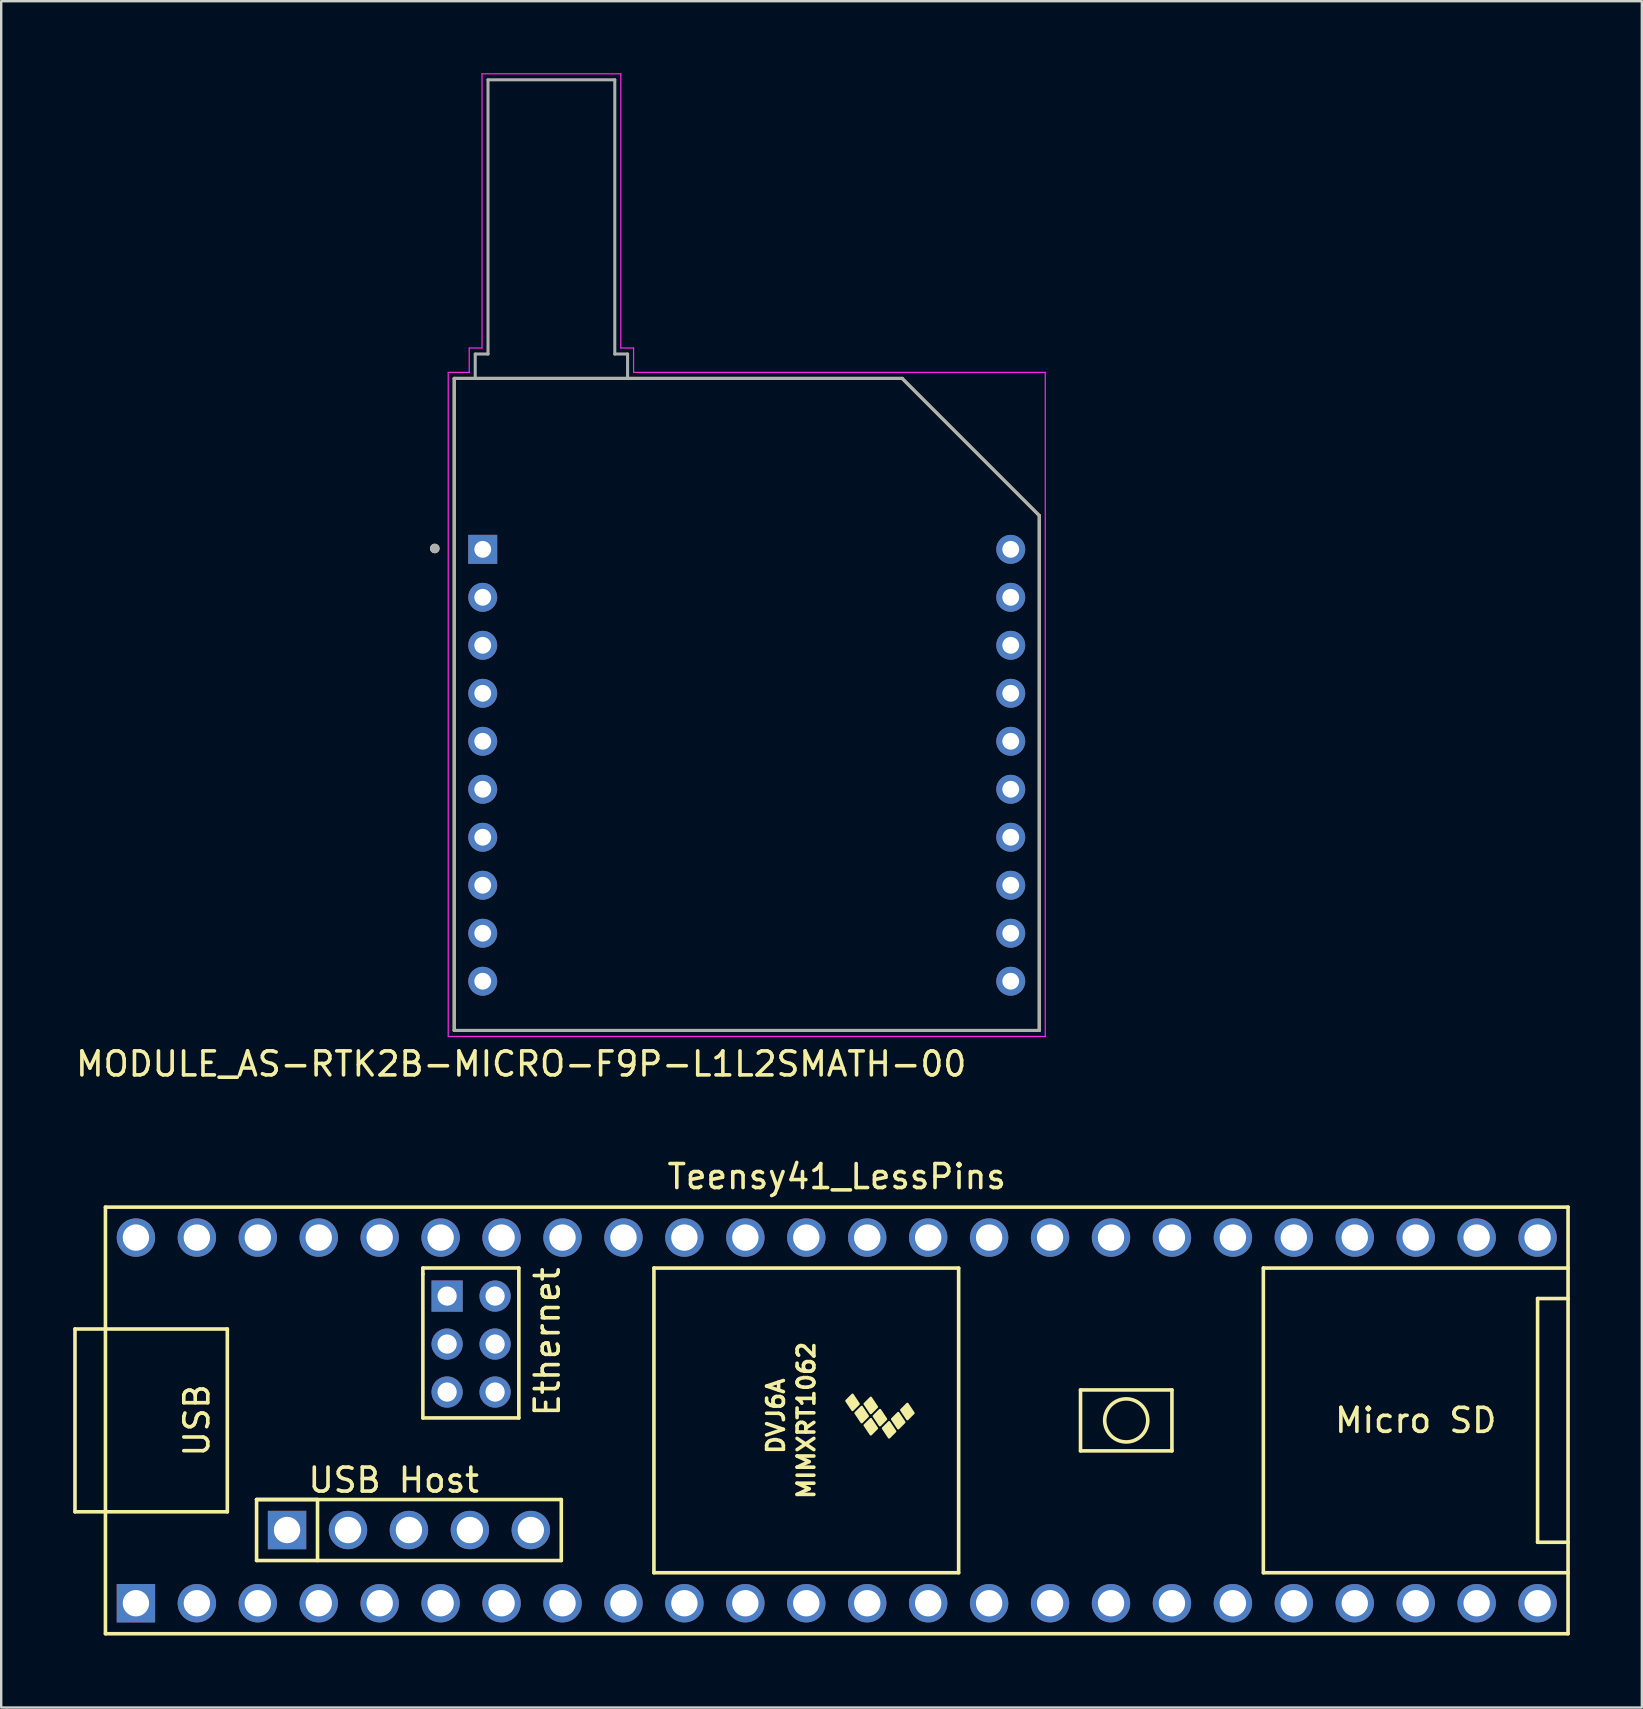
<source format=kicad_pcb>
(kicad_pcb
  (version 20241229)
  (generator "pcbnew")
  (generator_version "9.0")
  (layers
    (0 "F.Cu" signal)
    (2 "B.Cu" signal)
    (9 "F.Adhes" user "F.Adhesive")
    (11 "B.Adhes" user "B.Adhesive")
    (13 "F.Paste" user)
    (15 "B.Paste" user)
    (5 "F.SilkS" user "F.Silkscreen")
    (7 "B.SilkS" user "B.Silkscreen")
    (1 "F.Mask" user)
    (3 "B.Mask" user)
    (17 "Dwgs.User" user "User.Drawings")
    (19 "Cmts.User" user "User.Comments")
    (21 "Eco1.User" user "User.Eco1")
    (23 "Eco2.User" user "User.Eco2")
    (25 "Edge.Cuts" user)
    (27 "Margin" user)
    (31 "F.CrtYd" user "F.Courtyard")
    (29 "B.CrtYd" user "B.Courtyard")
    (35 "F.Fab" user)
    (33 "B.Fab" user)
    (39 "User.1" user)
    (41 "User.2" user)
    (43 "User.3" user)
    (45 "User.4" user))
  (footprint "MODULE_AS-RTK2B-MICRO-F9P-L1L2SMATH-00"
    (layer "F.Cu")
    (at 28.073 26.31)
    (property "Reference" "MODULE_AS-RTK2B-MICRO-F9P-L1L2SMATH-00" (at -9.4 14.985 0) (layer "F.SilkS") (effects (font (size 1 1) (thickness 0.15))))
    (attr through_hole)
    (fp_line (start -12.192 -13.589) (end 6.477 -13.589) (stroke (width 0.127) (type solid)) (layer "F.SilkS"))
    (fp_line (start -12.192 13.589) (end -12.192 -13.589) (stroke (width 0.127) (type solid)) (layer "F.SilkS"))
    (fp_line (start 6.477 -13.589) (end 12.192 -7.874) (stroke (width 0.127) (type solid)) (layer "F.SilkS"))
    (fp_line (start 12.192 -7.874) (end 12.192 13.589) (stroke (width 0.127) (type solid)) (layer "F.SilkS"))
    (fp_line (start 12.192 13.589) (end -12.192 13.589) (stroke (width 0.127) (type solid)) (layer "F.SilkS"))
    (fp_circle (center -13.002 -6.5) (end -12.902 -6.5) (stroke (width 0.2) (type solid)) (fill no) (layer "F.SilkS"))
    (fp_line (start -12.442 -13.839) (end -11.566 -13.839) (stroke (width 0.05) (type solid)) (layer "F.CrtYd"))
    (fp_line (start -12.442 13.839) (end -12.442 -13.839) (stroke (width 0.05) (type solid)) (layer "F.CrtYd"))
    (fp_line (start -12.442 13.839) (end 12.442 13.839) (stroke (width 0.05) (type solid)) (layer "F.CrtYd"))
    (fp_line (start -11.566 -14.855) (end -11.033 -14.855) (stroke (width 0.05) (type solid)) (layer "F.CrtYd"))
    (fp_line (start -11.566 -13.839) (end -11.566 -14.855) (stroke (width 0.05) (type solid)) (layer "F.CrtYd"))
    (fp_line (start -11.033 -26.285) (end -5.249 -26.285) (stroke (width 0.05) (type solid)) (layer "F.CrtYd"))
    (fp_line (start -11.033 -14.855) (end -11.033 -26.285) (stroke (width 0.05) (type solid)) (layer "F.CrtYd"))
    (fp_line (start -5.249 -26.285) (end -5.249 -14.855) (stroke (width 0.05) (type solid)) (layer "F.CrtYd"))
    (fp_line (start -5.249 -14.855) (end -4.716 -14.855) (stroke (width 0.05) (type solid)) (layer "F.CrtYd"))
    (fp_line (start -4.716 -14.855) (end -4.716 -13.839) (stroke (width 0.05) (type solid)) (layer "F.CrtYd"))
    (fp_line (start 12.442 -13.839) (end -4.716 -13.839) (stroke (width 0.05) (type solid)) (layer "F.CrtYd"))
    (fp_line (start 12.442 13.839) (end 12.442 -13.839) (stroke (width 0.05) (type solid)) (layer "F.CrtYd"))
    (fp_line (start -12.192 -13.589) (end -11.316 -13.589) (stroke (width 0.127) (type solid)) (layer "F.Fab"))
    (fp_line (start -12.192 13.589) (end -12.192 -13.589) (stroke (width 0.127) (type solid)) (layer "F.Fab"))
    (fp_line (start -11.316 -14.605) (end -10.783 -14.605) (stroke (width 0.127) (type solid)) (layer "F.Fab"))
    (fp_line (start -11.316 -13.589) (end -11.316 -14.605) (stroke (width 0.127) (type solid)) (layer "F.Fab"))
    (fp_line (start -11.316 -13.589) (end -4.966 -13.589) (stroke (width 0.127) (type solid)) (layer "F.Fab"))
    (fp_line (start -10.783 -26.035) (end -5.499 -26.035) (stroke (width 0.127) (type solid)) (layer "F.Fab"))
    (fp_line (start -10.783 -14.605) (end -10.783 -26.035) (stroke (width 0.127) (type solid)) (layer "F.Fab"))
    (fp_line (start -5.499 -26.035) (end -5.499 -14.605) (stroke (width 0.127) (type solid)) (layer "F.Fab"))
    (fp_line (start -5.499 -14.605) (end -4.966 -14.605) (stroke (width 0.127) (type solid)) (layer "F.Fab"))
    (fp_line (start -4.966 -14.605) (end -4.966 -13.589) (stroke (width 0.127) (type solid)) (layer "F.Fab"))
    (fp_line (start -4.966 -13.589) (end 6.477 -13.589) (stroke (width 0.127) (type solid)) (layer "F.Fab"))
    (fp_line (start 6.477 -13.589) (end 12.192 -7.874) (stroke (width 0.127) (type solid)) (layer "F.Fab"))
    (fp_line (start 12.192 -7.874) (end 12.192 13.589) (stroke (width 0.127) (type solid)) (layer "F.Fab"))
    (fp_line (start 12.192 13.589) (end -12.192 13.589) (stroke (width 0.127) (type solid)) (layer "F.Fab"))
    (fp_circle (center -13.002 -6.5) (end -12.902 -6.5) (stroke (width 0.2) (type solid)) (fill no) (layer "F.Fab"))
    (pad "1" thru_hole rect (at -11.004 -6.464) (size 1.208 1.208) (drill 0.7) (layers "*.Cu" "*.Mask"))
    (pad "2" thru_hole circle (at -11.004 -4.464) (size 1.208 1.208) (drill 0.7) (layers "*.Cu" "*.Mask"))
    (pad "3" thru_hole circle (at -11.004 -2.464) (size 1.208 1.208) (drill 0.7) (layers "*.Cu" "*.Mask"))
    (pad "4" thru_hole circle (at -11.004 -0.464) (size 1.208 1.208) (drill 0.7) (layers "*.Cu" "*.Mask"))
    (pad "5" thru_hole circle (at -11.004 1.536) (size 1.208 1.208) (drill 0.7) (layers "*.Cu" "*.Mask"))
    (pad "6" thru_hole circle (at -11.004 3.536) (size 1.208 1.208) (drill 0.7) (layers "*.Cu" "*.Mask"))
    (pad "7" thru_hole circle (at -11.004 5.536) (size 1.208 1.208) (drill 0.7) (layers "*.Cu" "*.Mask"))
    (pad "8" thru_hole circle (at -11.004 7.536) (size 1.208 1.208) (drill 0.7) (layers "*.Cu" "*.Mask"))
    (pad "9" thru_hole circle (at -11.004 9.536) (size 1.208 1.208) (drill 0.7) (layers "*.Cu" "*.Mask"))
    (pad "10" thru_hole circle (at -11.004 11.536) (size 1.208 1.208) (drill 0.7) (layers "*.Cu" "*.Mask"))
    (pad "11" thru_hole circle (at 11.003 11.536) (size 1.208 1.208) (drill 0.7) (layers "*.Cu" "*.Mask"))
    (pad "12" thru_hole circle (at 11.003 9.536) (size 1.208 1.208) (drill 0.7) (layers "*.Cu" "*.Mask"))
    (pad "13" thru_hole circle (at 11.003 7.536) (size 1.208 1.208) (drill 0.7) (layers "*.Cu" "*.Mask"))
    (pad "14" thru_hole circle (at 11.003 5.536) (size 1.208 1.208) (drill 0.7) (layers "*.Cu" "*.Mask"))
    (pad "15" thru_hole circle (at 11.003 3.536) (size 1.208 1.208) (drill 0.7) (layers "*.Cu" "*.Mask"))
    (pad "16" thru_hole circle (at 11.003 1.536) (size 1.208 1.208) (drill 0.7) (layers "*.Cu" "*.Mask"))
    (pad "17" thru_hole circle (at 11.003 -0.464) (size 1.208 1.208) (drill 0.7) (layers "*.Cu" "*.Mask"))
    (pad "18" thru_hole circle (at 11.003 -2.464) (size 1.208 1.208) (drill 0.7) (layers "*.Cu" "*.Mask"))
    (pad "19" thru_hole circle (at 11.003 -4.464) (size 1.208 1.208) (drill 0.7) (layers "*.Cu" "*.Mask"))
    (pad "20" thru_hole circle (at 11.003 -6.464) (size 1.208 1.208) (drill 0.7) (layers "*.Cu" "*.Mask")))
  (footprint "Teensy41_LessPins"
    (layer "F.Cu")
    (at 31.825 56.151)
    (property "Reference" "Teensy41_LessPins" (at 0 -10.16 0) (layer "F.SilkS") (effects (font (size 1 1) (thickness 0.15))))
    (attr through_hole)
    (fp_line (start -31.75 -3.81) (end -30.48 -3.81) (stroke (width 0.15) (type solid)) (layer "F.SilkS"))
    (fp_line (start -31.75 3.81) (end -31.75 -3.81) (stroke (width 0.15) (type solid)) (layer "F.SilkS"))
    (fp_line (start -30.48 -8.89) (end 30.48 -8.89) (stroke (width 0.15) (type solid)) (layer "F.SilkS"))
    (fp_line (start -30.48 3.81) (end -31.75 3.81) (stroke (width 0.15) (type solid)) (layer "F.SilkS"))
    (fp_line (start -30.48 8.89) (end -30.48 -8.89) (stroke (width 0.15) (type solid)) (layer "F.SilkS"))
    (fp_line (start -25.4 -3.81) (end -30.48 -3.81) (stroke (width 0.15) (type solid)) (layer "F.SilkS"))
    (fp_line (start -25.4 3.81) (end -30.48 3.81) (stroke (width 0.15) (type solid)) (layer "F.SilkS"))
    (fp_line (start -25.4 3.81) (end -25.4 -3.81) (stroke (width 0.15) (type solid)) (layer "F.SilkS"))
    (fp_line (start -24.181 3.299) (end -21.641 3.299) (stroke (width 0.15) (type solid)) (layer "F.SilkS"))
    (fp_line (start -24.181 3.299) (end -11.481 3.299) (stroke (width 0.15) (type solid)) (layer "F.SilkS"))
    (fp_line (start -24.181 5.839) (end -24.181 3.299) (stroke (width 0.15) (type solid)) (layer "F.SilkS"))
    (fp_line (start -21.641 3.299) (end -21.641 5.839) (stroke (width 0.15) (type solid)) (layer "F.SilkS"))
    (fp_line (start -17.25 -6.352) (end -17.25 -6.102) (stroke (width 0.15) (type solid)) (layer "F.SilkS"))
    (fp_line (start -17.25 -6.102) (end -17.25 -0.102) (stroke (width 0.15) (type solid)) (layer "F.SilkS"))
    (fp_line (start -17.25 -0.102) (end -13.25 -0.102) (stroke (width 0.15) (type solid)) (layer "F.SilkS"))
    (fp_line (start -13.25 -6.352) (end -17.25 -6.352) (stroke (width 0.15) (type solid)) (layer "F.SilkS"))
    (fp_line (start -13.25 -0.102) (end -13.25 -6.352) (stroke (width 0.15) (type solid)) (layer "F.SilkS"))
    (fp_line (start -11.481 3.299) (end -11.481 5.839) (stroke (width 0.15) (type solid)) (layer "F.SilkS"))
    (fp_line (start -11.481 5.839) (end -24.181 5.839) (stroke (width 0.15) (type solid)) (layer "F.SilkS"))
    (fp_line (start -7.62 -6.35) (end -7.62 6.35) (stroke (width 0.15) (type solid)) (layer "F.SilkS"))
    (fp_line (start -7.62 6.35) (end 5.08 6.35) (stroke (width 0.15) (type solid)) (layer "F.SilkS"))
    (fp_line (start 5.08 -6.35) (end -7.62 -6.35) (stroke (width 0.15) (type solid)) (layer "F.SilkS"))
    (fp_line (start 5.08 6.35) (end 5.08 -6.35) (stroke (width 0.15) (type solid)) (layer "F.SilkS"))
    (fp_line (start 10.16 -1.27) (end 13.97 -1.27) (stroke (width 0.15) (type solid)) (layer "F.SilkS"))
    (fp_line (start 10.16 1.27) (end 10.16 -1.27) (stroke (width 0.15) (type solid)) (layer "F.SilkS"))
    (fp_line (start 13.97 -1.27) (end 13.97 1.27) (stroke (width 0.15) (type solid)) (layer "F.SilkS"))
    (fp_line (start 13.97 1.27) (end 10.16 1.27) (stroke (width 0.15) (type solid)) (layer "F.SilkS"))
    (fp_line (start 17.78 -6.35) (end 17.78 6.35) (stroke (width 0.15) (type solid)) (layer "F.SilkS"))
    (fp_line (start 17.78 6.35) (end 30.48 6.35) (stroke (width 0.15) (type solid)) (layer "F.SilkS"))
    (fp_line (start 29.21 -5.08) (end 29.21 5.08) (stroke (width 0.15) (type solid)) (layer "F.SilkS"))
    (fp_line (start 29.21 5.08) (end 30.48 5.08) (stroke (width 0.15) (type solid)) (layer "F.SilkS"))
    (fp_line (start 30.48 -8.89) (end 30.48 8.89) (stroke (width 0.15) (type solid)) (layer "F.SilkS"))
    (fp_line (start 30.48 -6.35) (end 17.78 -6.35) (stroke (width 0.15) (type solid)) (layer "F.SilkS"))
    (fp_line (start 30.48 -5.08) (end 29.21 -5.08) (stroke (width 0.15) (type solid)) (layer "F.SilkS"))
    (fp_line (start 30.48 8.89) (end -30.48 8.89) (stroke (width 0.15) (type solid)) (layer "F.SilkS"))
    (fp_circle (center 12.065 0) (end 12.7 -0.635) (stroke (width 0.15) (type solid)) (fill no) (layer "F.SilkS"))
    (fp_poly (pts (xy 0.911 -0.688) (xy 0.657 -0.434) (xy 0.403 -0.815) (xy 0.657 -1.069)) (stroke (width 0.1) (type solid)) (fill yes) (layer "F.SilkS"))
    (fp_poly (pts (xy 1.292 -0.18) (xy 1.038 0.074) (xy 0.784 -0.307) (xy 1.038 -0.561)) (stroke (width 0.1) (type solid)) (fill yes) (layer "F.SilkS"))
    (fp_poly (pts (xy 1.673 -0.561) (xy 1.419 -0.307) (xy 1.165 -0.688) (xy 1.419 -0.942)) (stroke (width 0.1) (type solid)) (fill yes) (layer "F.SilkS"))
    (fp_poly (pts (xy 1.673 0.328) (xy 1.419 0.582) (xy 1.165 0.201) (xy 1.419 -0.053)) (stroke (width 0.1) (type solid)) (fill yes) (layer "F.SilkS"))
    (fp_poly (pts (xy 2.054 -0.053) (xy 1.8 0.201) (xy 1.546 -0.18) (xy 1.8 -0.434)) (stroke (width 0.1) (type solid)) (fill yes) (layer "F.SilkS"))
    (fp_poly (pts (xy 2.435 0.455) (xy 2.181 0.709) (xy 1.927 0.328) (xy 2.181 0.074)) (stroke (width 0.1) (type solid)) (fill yes) (layer "F.SilkS"))
    (fp_poly (pts (xy 2.816 0.074) (xy 2.562 0.328) (xy 2.308 -0.053) (xy 2.562 -0.307)) (stroke (width 0.1) (type solid)) (fill yes) (layer "F.SilkS"))
    (fp_poly (pts (xy 3.197 -0.307) (xy 2.943 -0.053) (xy 2.689 -0.434) (xy 2.943 -0.688)) (stroke (width 0.1) (type solid)) (fill yes) (layer "F.SilkS"))
    (fp_text user "Micro SD" (at 24.13 0 0) (layer "F.SilkS") (effects (font (size 1 1) (thickness 0.15))))
    (fp_text user "MIMXRT1062" (at -1.27 0 270) (layer "F.SilkS") (effects (font (size 0.7 0.7) (thickness 0.15))))
    (fp_text user "USB" (at -26.67 0 270) (layer "F.SilkS") (effects (font (size 1 1) (thickness 0.15))))
    (fp_text user "USB Host" (at -18.466 2.489 0) (layer "F.SilkS") (effects (font (size 1 1) (thickness 0.15))))
    (fp_text user "DVJ6A" (at -2.54 -0.18 270) (layer "F.SilkS") (effects (font (size 0.7 0.7) (thickness 0.15))))
    (fp_text user "Ethernet" (at -12.065 -3.277 90) (layer "F.SilkS") (effects (font (size 1 1) (thickness 0.15))))
    (pad "1" thru_hole rect (at -29.21 7.62) (size 1.6 1.6) (drill 1.1) (layers "*.Cu" "*.Mask"))
    (pad "2" thru_hole circle (at -26.67 7.62) (size 1.6 1.6) (drill 1.1) (layers "*.Cu" "*.Mask"))
    (pad "3" thru_hole circle (at -24.13 7.62) (size 1.6 1.6) (drill 1.1) (layers "*.Cu" "*.Mask"))
    (pad "4" thru_hole circle (at -21.59 7.62) (size 1.6 1.6) (drill 1.1) (layers "*.Cu" "*.Mask"))
    (pad "5" thru_hole circle (at -19.05 7.62) (size 1.6 1.6) (drill 1.1) (layers "*.Cu" "*.Mask"))
    (pad "6" thru_hole circle (at -16.51 7.62) (size 1.6 1.6) (drill 1.1) (layers "*.Cu" "*.Mask"))
    (pad "7" thru_hole circle (at -13.97 7.62) (size 1.6 1.6) (drill 1.1) (layers "*.Cu" "*.Mask"))
    (pad "8" thru_hole circle (at -11.43 7.62) (size 1.6 1.6) (drill 1.1) (layers "*.Cu" "*.Mask"))
    (pad "9" thru_hole circle (at -8.89 7.62) (size 1.6 1.6) (drill 1.1) (layers "*.Cu" "*.Mask"))
    (pad "10" thru_hole circle (at -6.35 7.62) (size 1.6 1.6) (drill 1.1) (layers "*.Cu" "*.Mask"))
    (pad "11" thru_hole circle (at -3.81 7.62) (size 1.6 1.6) (drill 1.1) (layers "*.Cu" "*.Mask"))
    (pad "12" thru_hole circle (at -1.27 7.62) (size 1.6 1.6) (drill 1.1) (layers "*.Cu" "*.Mask"))
    (pad "13" thru_hole circle (at 1.27 7.62) (size 1.6 1.6) (drill 1.1) (layers "*.Cu" "*.Mask"))
    (pad "14" thru_hole circle (at 3.81 7.62) (size 1.6 1.6) (drill 1.1) (layers "*.Cu" "*.Mask"))
    (pad "15" thru_hole circle (at 6.35 7.62) (size 1.6 1.6) (drill 1.1) (layers "*.Cu" "*.Mask"))
    (pad "16" thru_hole circle (at 8.89 7.62) (size 1.6 1.6) (drill 1.1) (layers "*.Cu" "*.Mask"))
    (pad "17" thru_hole circle (at 11.43 7.62) (size 1.6 1.6) (drill 1.1) (layers "*.Cu" "*.Mask"))
    (pad "18" thru_hole circle (at 13.97 7.62) (size 1.6 1.6) (drill 1.1) (layers "*.Cu" "*.Mask"))
    (pad "19" thru_hole circle (at 16.51 7.62) (size 1.6 1.6) (drill 1.1) (layers "*.Cu" "*.Mask"))
    (pad "20" thru_hole circle (at 19.05 7.62) (size 1.6 1.6) (drill 1.1) (layers "*.Cu" "*.Mask"))
    (pad "21" thru_hole circle (at 21.59 7.62) (size 1.6 1.6) (drill 1.1) (layers "*.Cu" "*.Mask"))
    (pad "22" thru_hole circle (at 24.13 7.62) (size 1.6 1.6) (drill 1.1) (layers "*.Cu" "*.Mask"))
    (pad "23" thru_hole circle (at 26.67 7.62) (size 1.6 1.6) (drill 1.1) (layers "*.Cu" "*.Mask"))
    (pad "24" thru_hole circle (at 29.21 7.62) (size 1.6 1.6) (drill 1.1) (layers "*.Cu" "*.Mask"))
    (pad "25" thru_hole circle (at 29.21 -7.62) (size 1.6 1.6) (drill 1.1) (layers "*.Cu" "*.Mask"))
    (pad "26" thru_hole circle (at 26.67 -7.62) (size 1.6 1.6) (drill 1.1) (layers "*.Cu" "*.Mask"))
    (pad "27" thru_hole circle (at 24.13 -7.62) (size 1.6 1.6) (drill 1.1) (layers "*.Cu" "*.Mask"))
    (pad "28" thru_hole circle (at 21.59 -7.62) (size 1.6 1.6) (drill 1.1) (layers "*.Cu" "*.Mask"))
    (pad "29" thru_hole circle (at 19.05 -7.62) (size 1.6 1.6) (drill 1.1) (layers "*.Cu" "*.Mask"))
    (pad "30" thru_hole circle (at 16.51 -7.62) (size 1.6 1.6) (drill 1.1) (layers "*.Cu" "*.Mask"))
    (pad "31" thru_hole circle (at 13.97 -7.62) (size 1.6 1.6) (drill 1.1) (layers "*.Cu" "*.Mask"))
    (pad "32" thru_hole circle (at 11.43 -7.62) (size 1.6 1.6) (drill 1.1) (layers "*.Cu" "*.Mask"))
    (pad "33" thru_hole circle (at 8.89 -7.62) (size 1.6 1.6) (drill 1.1) (layers "*.Cu" "*.Mask"))
    (pad "34" thru_hole circle (at 6.35 -7.62) (size 1.6 1.6) (drill 1.1) (layers "*.Cu" "*.Mask"))
    (pad "35" thru_hole circle (at 3.81 -7.62) (size 1.6 1.6) (drill 1.1) (layers "*.Cu" "*.Mask"))
    (pad "36" thru_hole circle (at 1.27 -7.62) (size 1.6 1.6) (drill 1.1) (layers "*.Cu" "*.Mask"))
    (pad "37" thru_hole circle (at -1.27 -7.62) (size 1.6 1.6) (drill 1.1) (layers "*.Cu" "*.Mask"))
    (pad "38" thru_hole circle (at -3.81 -7.62) (size 1.6 1.6) (drill 1.1) (layers "*.Cu" "*.Mask"))
    (pad "39" thru_hole circle (at -6.35 -7.62) (size 1.6 1.6) (drill 1.1) (layers "*.Cu" "*.Mask"))
    (pad "40" thru_hole circle (at -8.89 -7.62) (size 1.6 1.6) (drill 1.1) (layers "*.Cu" "*.Mask"))
    (pad "41" thru_hole circle (at -11.43 -7.62) (size 1.6 1.6) (drill 1.1) (layers "*.Cu" "*.Mask"))
    (pad "42" thru_hole circle (at -13.97 -7.62) (size 1.6 1.6) (drill 1.1) (layers "*.Cu" "*.Mask"))
    (pad "43" thru_hole circle (at -16.51 -7.62) (size 1.6 1.6) (drill 1.1) (layers "*.Cu" "*.Mask"))
    (pad "44" thru_hole circle (at -19.05 -7.62) (size 1.6 1.6) (drill 1.1) (layers "*.Cu" "*.Mask"))
    (pad "45" thru_hole circle (at -21.59 -7.62) (size 1.6 1.6) (drill 1.1) (layers "*.Cu" "*.Mask"))
    (pad "46" thru_hole circle (at -24.13 -7.62) (size 1.6 1.6) (drill 1.1) (layers "*.Cu" "*.Mask"))
    (pad "47" thru_hole circle (at -26.67 -7.62) (size 1.6 1.6) (drill 1.1) (layers "*.Cu" "*.Mask"))
    (pad "48" thru_hole circle (at -29.21 -7.62) (size 1.6 1.6) (drill 1.1) (layers "*.Cu" "*.Mask"))
    (pad "55" thru_hole rect (at -22.911 4.569) (size 1.6 1.6) (drill 1.1) (layers "*.Cu" "*.Mask"))
    (pad "56" thru_hole circle (at -20.371 4.569) (size 1.6 1.6) (drill 1.1) (layers "*.Cu" "*.Mask"))
    (pad "57" thru_hole circle (at -17.831 4.569) (size 1.6 1.6) (drill 1.1) (layers "*.Cu" "*.Mask"))
    (pad "58" thru_hole circle (at -15.291 4.569) (size 1.6 1.6) (drill 1.1) (layers "*.Cu" "*.Mask"))
    (pad "59" thru_hole circle (at -12.751 4.569) (size 1.6 1.6) (drill 1.1) (layers "*.Cu" "*.Mask"))
    (pad "60" thru_hole rect (at -16.24 -5.182) (size 1.3 1.3) (drill 0.8) (layers "*.Cu" "*.Mask"))
    (pad "61" thru_hole circle (at -16.24 -3.182) (size 1.3 1.3) (drill 0.8) (layers "*.Cu" "*.Mask"))
    (pad "62" thru_hole circle (at -16.24 -1.182) (size 1.3 1.3) (drill 0.8) (layers "*.Cu" "*.Mask"))
    (pad "63" thru_hole circle (at -14.24 -1.182) (size 1.3 1.3) (drill 0.8) (layers "*.Cu" "*.Mask"))
    (pad "64" thru_hole circle (at -14.24 -3.182) (size 1.3 1.3) (drill 0.8) (layers "*.Cu" "*.Mask"))
    (pad "65" thru_hole circle (at -14.24 -5.182) (size 1.3 1.3) (drill 0.8) (layers "*.Cu" "*.Mask")))
  (gr_rect
    (start -3 -3)
    (end 65.38 68.117)
    (stroke (width 0.1) (type default))
    (fill no)
    (layer "Edge.Cuts")))
</source>
